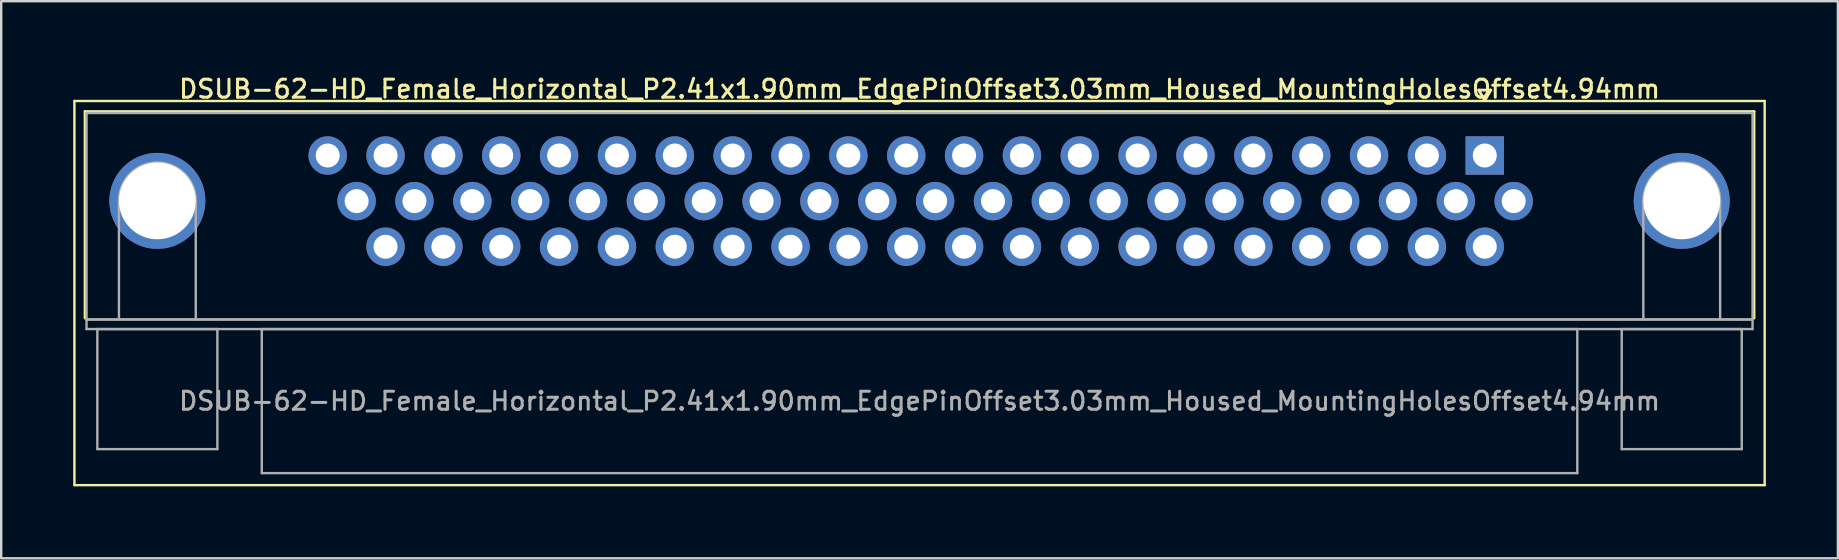
<source format=kicad_pcb>
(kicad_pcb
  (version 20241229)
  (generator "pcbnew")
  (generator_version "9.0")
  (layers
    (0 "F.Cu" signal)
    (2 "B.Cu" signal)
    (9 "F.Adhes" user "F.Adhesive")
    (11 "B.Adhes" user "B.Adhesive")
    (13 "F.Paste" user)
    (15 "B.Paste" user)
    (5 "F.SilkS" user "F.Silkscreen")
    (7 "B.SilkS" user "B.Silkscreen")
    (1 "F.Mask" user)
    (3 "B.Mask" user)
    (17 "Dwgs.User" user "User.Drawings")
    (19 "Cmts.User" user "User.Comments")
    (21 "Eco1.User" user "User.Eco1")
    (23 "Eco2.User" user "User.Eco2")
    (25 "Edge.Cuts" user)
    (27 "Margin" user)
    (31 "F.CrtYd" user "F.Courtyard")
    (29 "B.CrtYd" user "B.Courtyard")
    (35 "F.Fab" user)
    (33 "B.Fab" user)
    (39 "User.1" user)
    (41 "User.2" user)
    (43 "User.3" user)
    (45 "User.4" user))
  (footprint "DSUB-62-HD_Female_Horizontal_P2.41x1.90mm_EdgePinOffset3.03mm_Housed_MountingHolesOffset4.94mm"
    (layer "F.Cu")
    (at 58.8 3.428)
    (property "Reference" "DSUB-62-HD_Female_Horizontal_P2.41x1.90mm_EdgePinOffset3.03mm_Housed_MountingHolesOffset4.94mm" (at -23.545 -2.77 0) (layer "F.SilkS") (effects (font (size 0.75 0.75) (thickness 0.125))))
    (attr through_hole)
    (fp_line (start -58.75 -2.27) (end -58.75 13.73) (stroke (width 0.1) (type solid)) (layer "F.SilkS"))
    (fp_line (start -58.75 13.73) (end 11.66 13.73) (stroke (width 0.1) (type solid)) (layer "F.SilkS"))
    (fp_line (start -58.305 -1.83) (end 11.215 -1.83) (stroke (width 0.12) (type solid)) (layer "F.SilkS"))
    (fp_line (start -58.305 6.77) (end -58.305 -1.83) (stroke (width 0.12) (type solid)) (layer "F.SilkS"))
    (fp_line (start -0.25 -2.724) (end 0.25 -2.724) (stroke (width 0.12) (type solid)) (layer "F.SilkS"))
    (fp_line (start 0 -2.291) (end -0.25 -2.724) (stroke (width 0.12) (type solid)) (layer "F.SilkS"))
    (fp_line (start 0.25 -2.724) (end 0 -2.291) (stroke (width 0.12) (type solid)) (layer "F.SilkS"))
    (fp_line (start 11.215 -1.83) (end 11.215 6.77) (stroke (width 0.12) (type solid)) (layer "F.SilkS"))
    (fp_line (start 11.66 -2.27) (end -58.75 -2.27) (stroke (width 0.1) (type solid)) (layer "F.SilkS"))
    (fp_line (start 11.66 13.73) (end 11.66 -2.27) (stroke (width 0.1) (type solid)) (layer "F.SilkS"))
    (fp_line (start -58.245 -1.77) (end -58.245 6.83) (stroke (width 0.1) (type solid)) (layer "F.Fab"))
    (fp_line (start -58.245 6.83) (end -58.245 7.23) (stroke (width 0.1) (type solid)) (layer "F.Fab"))
    (fp_line (start -58.245 6.83) (end 11.155 6.83) (stroke (width 0.1) (type solid)) (layer "F.Fab"))
    (fp_line (start -58.245 7.23) (end 11.155 7.23) (stroke (width 0.1) (type solid)) (layer "F.Fab"))
    (fp_line (start -57.795 7.23) (end -57.795 12.23) (stroke (width 0.1) (type solid)) (layer "F.Fab"))
    (fp_line (start -57.795 12.23) (end -52.795 12.23) (stroke (width 0.1) (type solid)) (layer "F.Fab"))
    (fp_line (start -56.895 6.83) (end -56.895 1.89) (stroke (width 0.1) (type solid)) (layer "F.Fab"))
    (fp_line (start -53.695 6.83) (end -53.695 1.89) (stroke (width 0.1) (type solid)) (layer "F.Fab"))
    (fp_line (start -52.795 7.23) (end -57.795 7.23) (stroke (width 0.1) (type solid)) (layer "F.Fab"))
    (fp_line (start -52.795 12.23) (end -52.795 7.23) (stroke (width 0.1) (type solid)) (layer "F.Fab"))
    (fp_line (start -50.945 7.23) (end -50.945 13.23) (stroke (width 0.1) (type solid)) (layer "F.Fab"))
    (fp_line (start -50.945 13.23) (end 3.855 13.23) (stroke (width 0.1) (type solid)) (layer "F.Fab"))
    (fp_line (start 3.855 7.23) (end -50.945 7.23) (stroke (width 0.1) (type solid)) (layer "F.Fab"))
    (fp_line (start 3.855 13.23) (end 3.855 7.23) (stroke (width 0.1) (type solid)) (layer "F.Fab"))
    (fp_line (start 5.705 7.23) (end 5.705 12.23) (stroke (width 0.1) (type solid)) (layer "F.Fab"))
    (fp_line (start 5.705 12.23) (end 10.705 12.23) (stroke (width 0.1) (type solid)) (layer "F.Fab"))
    (fp_line (start 6.605 6.83) (end 6.605 1.89) (stroke (width 0.1) (type solid)) (layer "F.Fab"))
    (fp_line (start 9.805 6.83) (end 9.805 1.89) (stroke (width 0.1) (type solid)) (layer "F.Fab"))
    (fp_line (start 10.705 7.23) (end 5.705 7.23) (stroke (width 0.1) (type solid)) (layer "F.Fab"))
    (fp_line (start 10.705 12.23) (end 10.705 7.23) (stroke (width 0.1) (type solid)) (layer "F.Fab"))
    (fp_line (start 11.155 -1.77) (end -58.245 -1.77) (stroke (width 0.1) (type solid)) (layer "F.Fab"))
    (fp_line (start 11.155 6.83) (end -58.245 6.83) (stroke (width 0.1) (type solid)) (layer "F.Fab"))
    (fp_line (start 11.155 6.83) (end 11.155 -1.77) (stroke (width 0.1) (type solid)) (layer "F.Fab"))
    (fp_line (start 11.155 7.23) (end 11.155 6.83) (stroke (width 0.1) (type solid)) (layer "F.Fab"))
    (fp_arc (start -56.895 1.89) (mid -55.295 0.29) (end -53.695 1.89) (stroke (width 0.1) (type solid)) (layer "F.Fab"))
    (fp_arc (start 6.605 1.89) (mid 8.205 0.29) (end 9.805 1.89) (stroke (width 0.1) (type solid)) (layer "F.Fab"))
    (fp_text user "${REFERENCE}" (at -23.545 10.23 0) (layer "F.Fab") (effects (font (size 0.75 0.75) (thickness 0.125))))
    (pad "0" thru_hole circle (at -55.295 1.89) (size 4 4) (drill 3.2) (layers "*.Cu" "*.Mask"))
    (pad "0" thru_hole circle (at 8.205 1.89) (size 4 4) (drill 3.2) (layers "*.Cu" "*.Mask"))
    (pad "1" thru_hole rect (at 0 0) (size 1.6 1.6) (drill 1) (layers "*.Cu" "*.Mask"))
    (pad "2" thru_hole circle (at -2.41 0) (size 1.6 1.6) (drill 1) (layers "*.Cu" "*.Mask"))
    (pad "3" thru_hole circle (at -4.82 0) (size 1.6 1.6) (drill 1) (layers "*.Cu" "*.Mask"))
    (pad "4" thru_hole circle (at -7.23 0) (size 1.6 1.6) (drill 1) (layers "*.Cu" "*.Mask"))
    (pad "5" thru_hole circle (at -9.64 0) (size 1.6 1.6) (drill 1) (layers "*.Cu" "*.Mask"))
    (pad "6" thru_hole circle (at -12.05 0) (size 1.6 1.6) (drill 1) (layers "*.Cu" "*.Mask"))
    (pad "7" thru_hole circle (at -14.46 0) (size 1.6 1.6) (drill 1) (layers "*.Cu" "*.Mask"))
    (pad "8" thru_hole circle (at -16.87 0) (size 1.6 1.6) (drill 1) (layers "*.Cu" "*.Mask"))
    (pad "9" thru_hole circle (at -19.28 0) (size 1.6 1.6) (drill 1) (layers "*.Cu" "*.Mask"))
    (pad "10" thru_hole circle (at -21.69 0) (size 1.6 1.6) (drill 1) (layers "*.Cu" "*.Mask"))
    (pad "11" thru_hole circle (at -24.1 0) (size 1.6 1.6) (drill 1) (layers "*.Cu" "*.Mask"))
    (pad "12" thru_hole circle (at -26.51 0) (size 1.6 1.6) (drill 1) (layers "*.Cu" "*.Mask"))
    (pad "13" thru_hole circle (at -28.92 0) (size 1.6 1.6) (drill 1) (layers "*.Cu" "*.Mask"))
    (pad "14" thru_hole circle (at -31.33 0) (size 1.6 1.6) (drill 1) (layers "*.Cu" "*.Mask"))
    (pad "15" thru_hole circle (at -33.74 0) (size 1.6 1.6) (drill 1) (layers "*.Cu" "*.Mask"))
    (pad "16" thru_hole circle (at -36.15 0) (size 1.6 1.6) (drill 1) (layers "*.Cu" "*.Mask"))
    (pad "17" thru_hole circle (at -38.56 0) (size 1.6 1.6) (drill 1) (layers "*.Cu" "*.Mask"))
    (pad "18" thru_hole circle (at -40.97 0) (size 1.6 1.6) (drill 1) (layers "*.Cu" "*.Mask"))
    (pad "19" thru_hole circle (at -43.38 0) (size 1.6 1.6) (drill 1) (layers "*.Cu" "*.Mask"))
    (pad "20" thru_hole circle (at -45.79 0) (size 1.6 1.6) (drill 1) (layers "*.Cu" "*.Mask"))
    (pad "21" thru_hole circle (at -48.2 0) (size 1.6 1.6) (drill 1) (layers "*.Cu" "*.Mask"))
    (pad "22" thru_hole circle (at 1.205 1.9) (size 1.6 1.6) (drill 1) (layers "*.Cu" "*.Mask"))
    (pad "23" thru_hole circle (at -1.205 1.9) (size 1.6 1.6) (drill 1) (layers "*.Cu" "*.Mask"))
    (pad "24" thru_hole circle (at -3.615 1.9) (size 1.6 1.6) (drill 1) (layers "*.Cu" "*.Mask"))
    (pad "25" thru_hole circle (at -6.025 1.9) (size 1.6 1.6) (drill 1) (layers "*.Cu" "*.Mask"))
    (pad "26" thru_hole circle (at -8.435 1.9) (size 1.6 1.6) (drill 1) (layers "*.Cu" "*.Mask"))
    (pad "27" thru_hole circle (at -10.845 1.9) (size 1.6 1.6) (drill 1) (layers "*.Cu" "*.Mask"))
    (pad "28" thru_hole circle (at -13.255 1.9) (size 1.6 1.6) (drill 1) (layers "*.Cu" "*.Mask"))
    (pad "29" thru_hole circle (at -15.665 1.9) (size 1.6 1.6) (drill 1) (layers "*.Cu" "*.Mask"))
    (pad "30" thru_hole circle (at -18.075 1.9) (size 1.6 1.6) (drill 1) (layers "*.Cu" "*.Mask"))
    (pad "31" thru_hole circle (at -20.485 1.9) (size 1.6 1.6) (drill 1) (layers "*.Cu" "*.Mask"))
    (pad "32" thru_hole circle (at -22.895 1.9) (size 1.6 1.6) (drill 1) (layers "*.Cu" "*.Mask"))
    (pad "33" thru_hole circle (at -25.305 1.9) (size 1.6 1.6) (drill 1) (layers "*.Cu" "*.Mask"))
    (pad "34" thru_hole circle (at -27.715 1.9) (size 1.6 1.6) (drill 1) (layers "*.Cu" "*.Mask"))
    (pad "35" thru_hole circle (at -30.125 1.9) (size 1.6 1.6) (drill 1) (layers "*.Cu" "*.Mask"))
    (pad "36" thru_hole circle (at -32.535 1.9) (size 1.6 1.6) (drill 1) (layers "*.Cu" "*.Mask"))
    (pad "37" thru_hole circle (at -34.945 1.9) (size 1.6 1.6) (drill 1) (layers "*.Cu" "*.Mask"))
    (pad "38" thru_hole circle (at -37.355 1.9) (size 1.6 1.6) (drill 1) (layers "*.Cu" "*.Mask"))
    (pad "39" thru_hole circle (at -39.765 1.9) (size 1.6 1.6) (drill 1) (layers "*.Cu" "*.Mask"))
    (pad "40" thru_hole circle (at -42.175 1.9) (size 1.6 1.6) (drill 1) (layers "*.Cu" "*.Mask"))
    (pad "41" thru_hole circle (at -44.585 1.9) (size 1.6 1.6) (drill 1) (layers "*.Cu" "*.Mask"))
    (pad "42" thru_hole circle (at -46.995 1.9) (size 1.6 1.6) (drill 1) (layers "*.Cu" "*.Mask"))
    (pad "43" thru_hole circle (at 0 3.8) (size 1.6 1.6) (drill 1) (layers "*.Cu" "*.Mask"))
    (pad "44" thru_hole circle (at -2.41 3.8) (size 1.6 1.6) (drill 1) (layers "*.Cu" "*.Mask"))
    (pad "45" thru_hole circle (at -4.82 3.8) (size 1.6 1.6) (drill 1) (layers "*.Cu" "*.Mask"))
    (pad "46" thru_hole circle (at -7.23 3.8) (size 1.6 1.6) (drill 1) (layers "*.Cu" "*.Mask"))
    (pad "47" thru_hole circle (at -9.64 3.8) (size 1.6 1.6) (drill 1) (layers "*.Cu" "*.Mask"))
    (pad "48" thru_hole circle (at -12.05 3.8) (size 1.6 1.6) (drill 1) (layers "*.Cu" "*.Mask"))
    (pad "49" thru_hole circle (at -14.46 3.8) (size 1.6 1.6) (drill 1) (layers "*.Cu" "*.Mask"))
    (pad "50" thru_hole circle (at -16.87 3.8) (size 1.6 1.6) (drill 1) (layers "*.Cu" "*.Mask"))
    (pad "51" thru_hole circle (at -19.28 3.8) (size 1.6 1.6) (drill 1) (layers "*.Cu" "*.Mask"))
    (pad "52" thru_hole circle (at -21.69 3.8) (size 1.6 1.6) (drill 1) (layers "*.Cu" "*.Mask"))
    (pad "53" thru_hole circle (at -24.1 3.8) (size 1.6 1.6) (drill 1) (layers "*.Cu" "*.Mask"))
    (pad "54" thru_hole circle (at -26.51 3.8) (size 1.6 1.6) (drill 1) (layers "*.Cu" "*.Mask"))
    (pad "55" thru_hole circle (at -28.92 3.8) (size 1.6 1.6) (drill 1) (layers "*.Cu" "*.Mask"))
    (pad "56" thru_hole circle (at -31.33 3.8) (size 1.6 1.6) (drill 1) (layers "*.Cu" "*.Mask"))
    (pad "57" thru_hole circle (at -33.74 3.8) (size 1.6 1.6) (drill 1) (layers "*.Cu" "*.Mask"))
    (pad "58" thru_hole circle (at -36.15 3.8) (size 1.6 1.6) (drill 1) (layers "*.Cu" "*.Mask"))
    (pad "59" thru_hole circle (at -38.56 3.8) (size 1.6 1.6) (drill 1) (layers "*.Cu" "*.Mask"))
    (pad "60" thru_hole circle (at -40.97 3.8) (size 1.6 1.6) (drill 1) (layers "*.Cu" "*.Mask"))
    (pad "61" thru_hole circle (at -43.38 3.8) (size 1.6 1.6) (drill 1) (layers "*.Cu" "*.Mask"))
    (pad "62" thru_hole circle (at -45.79 3.8) (size 1.6 1.6) (drill 1) (layers "*.Cu" "*.Mask")))
  (gr_rect
    (start -3 -3)
    (end 73.51 20.208)
    (stroke (width 0.1) (type default))
    (fill no)
    (layer "Edge.Cuts")))
</source>
